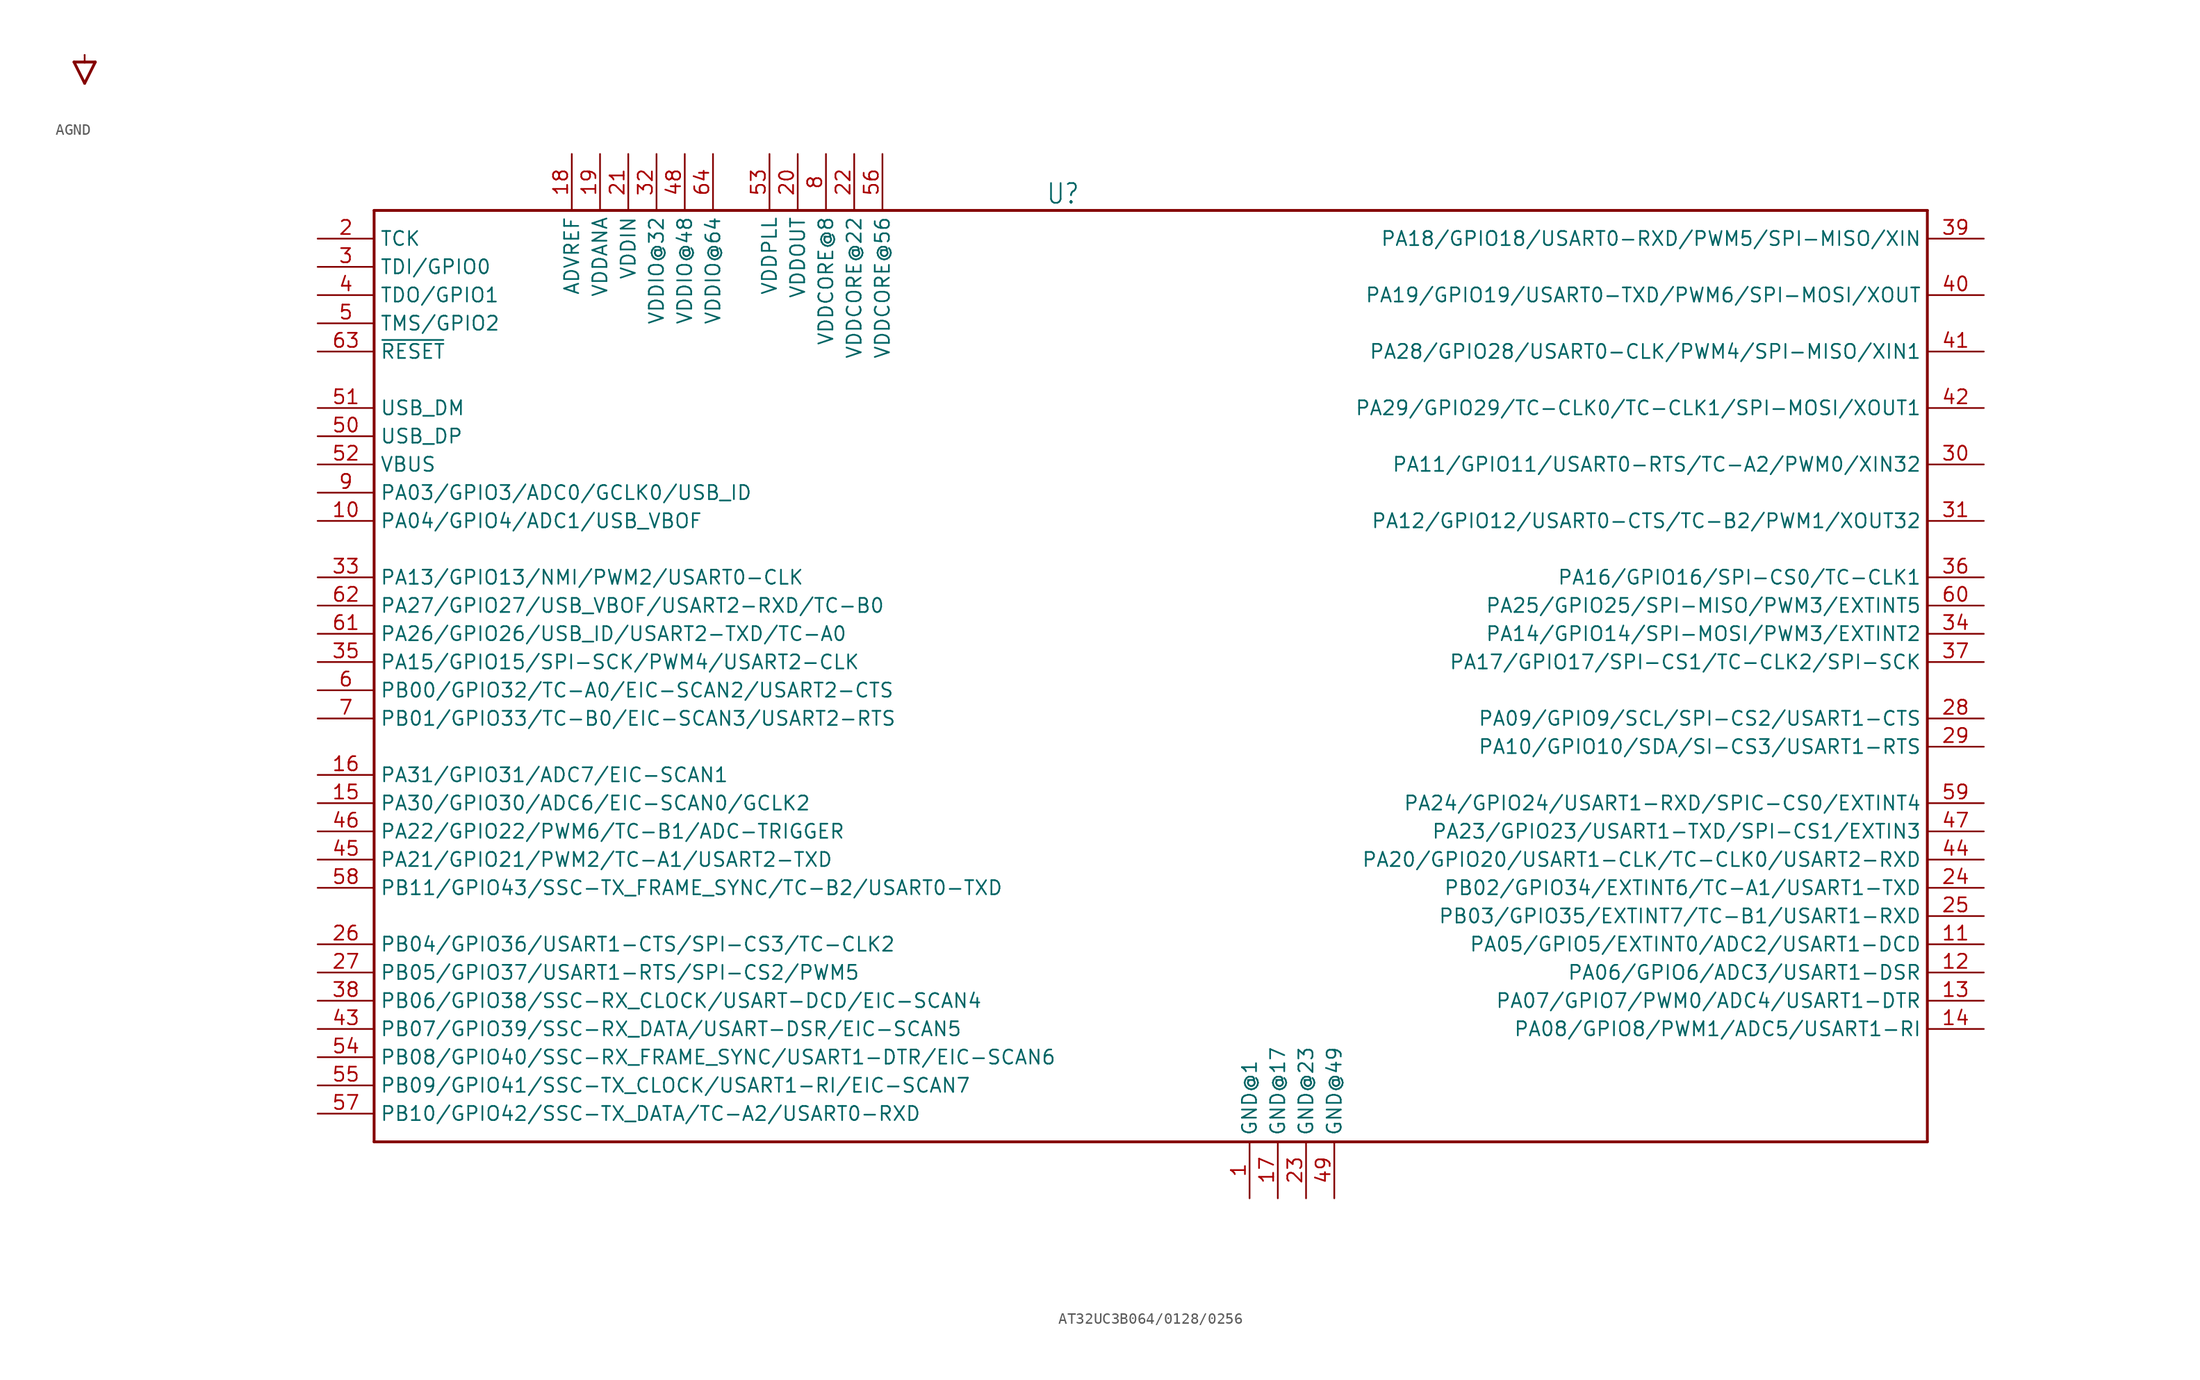
<source format=kicad_sym>
(kicad_symbol_lib
  (version 20231120)
  (generator "kicad_symbol_editor")
  (generator_version "8.0")
  (symbol "AGND"
    (power)
    (property "Reference" "#AGND"
      (at 0 0 0)
      (effects (font (size 1.27 1.27)) (hide yes)))
    (property "Value" ""
      (at -3.175 -2.54 0)
      (effects (font (size 1.778 1.511)) (justify left bottom)))
    (property "ki_locked" ""
      (at 0 0 0)
      (effects (font (size 1.27 1.27))))
    (symbol "AGND_1_0"
      (polyline (pts (xy -0.953 1.905) (xy 0 0)) (stroke (width 0.254) (type solid)) (fill (type none)))
      (polyline (pts (xy 0 0) (xy 0.953 1.905)) (stroke (width 0.254) (type solid)) (fill (type none)))
      (polyline (pts (xy 0 1.905) (xy -0.953 1.905)) (stroke (width 0.254) (type solid)) (fill (type none)))
      (polyline (pts (xy 0 2.54) (xy 0 1.905)) (stroke (width 0.152) (type solid)) (fill (type none)))
      (polyline (pts (xy 0.953 1.905) (xy 0 1.905)) (stroke (width 0.254) (type solid)) (fill (type none)))
      (pin power_in line (at 0 2.54 270) (length 0) (name "AGND" (effects (font (size 0 0)))) (number "1" (effects (font (size 0 0)))))))
  (symbol "AT32UC3B064/0128/0256"
    (property "Reference" "U"
      (at -2.54 55.88 0)
      (effects (font (size 1.778 1.511)) (justify right top)))
    (property "Value" ""
      (at -10.16 -33.02 0)
      (effects (font (size 1.778 1.511)) (justify left bottom)))
    (property "ki_locked" ""
      (at 0 0 0)
      (effects (font (size 1.27 1.27))))
    (symbol "AT32UC3B064/0128/0256_1_0"
      (polyline (pts (xy -66.04 -30.48) (xy -66.04 53.34)) (stroke (width 0.254) (type solid)) (fill (type none)))
      (polyline (pts (xy -66.04 53.34) (xy 73.66 53.34)) (stroke (width 0.254) (type solid)) (fill (type none)))
      (polyline (pts (xy 73.66 -30.48) (xy -66.04 -30.48)) (stroke (width 0.254) (type solid)) (fill (type none)))
      (polyline (pts (xy 73.66 53.34) (xy 73.66 -30.48)) (stroke (width 0.254) (type solid)) (fill (type none)))
      (pin power_in line (at 12.7 -35.56 90) (length 5.08) (name "GND@1" (effects (font (size 1.27 1.27)))) (number "1" (effects (font (size 1.27 1.27)))))
      (pin bidirectional line (at -71.12 25.4 0) (length 5.08) (name "PA04/GPIO4/ADC1/USB_VBOF" (effects (font (size 1.27 1.27)))) (number "10" (effects (font (size 1.27 1.27)))))
      (pin bidirectional line (at 78.74 -12.7 180) (length 5.08) (name "PA05/GPIO5/EXTINT0/ADC2/USART1-DCD" (effects (font (size 1.27 1.27)))) (number "11" (effects (font (size 1.27 1.27)))))
      (pin input line (at 78.74 -15.24 180) (length 5.08) (name "PA06/GPIO6/ADC3/USART1-DSR" (effects (font (size 1.27 1.27)))) (number "12" (effects (font (size 1.27 1.27)))))
      (pin input line (at 78.74 -17.78 180) (length 5.08) (name "PA07/GPIO7/PWM0/ADC4/USART1-DTR" (effects (font (size 1.27 1.27)))) (number "13" (effects (font (size 1.27 1.27)))))
      (pin input line (at 78.74 -20.32 180) (length 5.08) (name "PA08/GPIO8/PWM1/ADC5/USART1-RI" (effects (font (size 1.27 1.27)))) (number "14" (effects (font (size 1.27 1.27)))))
      (pin input line (at -71.12 0 0) (length 5.08) (name "PA30/GPIO30/ADC6/EIC-SCAN0/GCLK2" (effects (font (size 1.27 1.27)))) (number "15" (effects (font (size 1.27 1.27)))))
      (pin bidirectional line (at -71.12 2.54 0) (length 5.08) (name "PA31/GPIO31/ADC7/EIC-SCAN1" (effects (font (size 1.27 1.27)))) (number "16" (effects (font (size 1.27 1.27)))))
      (pin power_in line (at 15.24 -35.56 90) (length 5.08) (name "GND@17" (effects (font (size 1.27 1.27)))) (number "17" (effects (font (size 1.27 1.27)))))
      (pin power_in line (at -48.26 58.42 270) (length 5.08) (name "ADVREF" (effects (font (size 1.27 1.27)))) (number "18" (effects (font (size 1.27 1.27)))))
      (pin power_in line (at -45.72 58.42 270) (length 5.08) (name "VDDANA" (effects (font (size 1.27 1.27)))) (number "19" (effects (font (size 1.27 1.27)))))
      (pin input line (at -71.12 50.8 0) (length 5.08) (name "TCK" (effects (font (size 1.27 1.27)))) (number "2" (effects (font (size 1.27 1.27)))))
      (pin power_in line (at -27.94 58.42 270) (length 5.08) (name "VDDOUT" (effects (font (size 1.27 1.27)))) (number "20" (effects (font (size 1.27 1.27)))))
      (pin power_in line (at -43.18 58.42 270) (length 5.08) (name "VDDIN" (effects (font (size 1.27 1.27)))) (number "21" (effects (font (size 1.27 1.27)))))
      (pin power_in line (at -22.86 58.42 270) (length 5.08) (name "VDDCORE@22" (effects (font (size 1.27 1.27)))) (number "22" (effects (font (size 1.27 1.27)))))
      (pin power_in line (at 17.78 -35.56 90) (length 5.08) (name "GND@23" (effects (font (size 1.27 1.27)))) (number "23" (effects (font (size 1.27 1.27)))))
      (pin bidirectional line (at 78.74 -7.62 180) (length 5.08) (name "PB02/GPIO34/EXTINT6/TC-A1/USART1-TXD" (effects (font (size 1.27 1.27)))) (number "24" (effects (font (size 1.27 1.27)))))
      (pin bidirectional line (at 78.74 -10.16 180) (length 5.08) (name "PB03/GPIO35/EXTINT7/TC-B1/USART1-RXD" (effects (font (size 1.27 1.27)))) (number "25" (effects (font (size 1.27 1.27)))))
      (pin bidirectional line (at -71.12 -12.7 0) (length 5.08) (name "PB04/GPIO36/USART1-CTS/SPI-CS3/TC-CLK2" (effects (font (size 1.27 1.27)))) (number "26" (effects (font (size 1.27 1.27)))))
      (pin bidirectional line (at -71.12 -15.24 0) (length 5.08) (name "PB05/GPIO37/USART1-RTS/SPI-CS2/PWM5" (effects (font (size 1.27 1.27)))) (number "27" (effects (font (size 1.27 1.27)))))
      (pin input line (at 78.74 7.62 180) (length 5.08) (name "PA09/GPIO9/SCL/SPI-CS2/USART1-CTS" (effects (font (size 1.27 1.27)))) (number "28" (effects (font (size 1.27 1.27)))))
      (pin input line (at 78.74 5.08 180) (length 5.08) (name "PA10/GPIO10/SDA/SI-CS3/USART1-RTS" (effects (font (size 1.27 1.27)))) (number "29" (effects (font (size 1.27 1.27)))))
      (pin bidirectional line (at -71.12 48.26 0) (length 5.08) (name "TDI/GPIO0" (effects (font (size 1.27 1.27)))) (number "3" (effects (font (size 1.27 1.27)))))
      (pin bidirectional line (at 78.74 30.48 180) (length 5.08) (name "PA11/GPIO11/USART0-RTS/TC-A2/PWM0/XIN32" (effects (font (size 1.27 1.27)))) (number "30" (effects (font (size 1.27 1.27)))))
      (pin bidirectional line (at 78.74 25.4 180) (length 5.08) (name "PA12/GPIO12/USART0-CTS/TC-B2/PWM1/XOUT32" (effects (font (size 1.27 1.27)))) (number "31" (effects (font (size 1.27 1.27)))))
      (pin power_in line (at -40.64 58.42 270) (length 5.08) (name "VDDIO@32" (effects (font (size 1.27 1.27)))) (number "32" (effects (font (size 1.27 1.27)))))
      (pin bidirectional line (at -71.12 20.32 0) (length 5.08) (name "PA13/GPIO13/NMI/PWM2/USART0-CLK" (effects (font (size 1.27 1.27)))) (number "33" (effects (font (size 1.27 1.27)))))
      (pin bidirectional line (at 78.74 15.24 180) (length 5.08) (name "PA14/GPIO14/SPI-MOSI/PWM3/EXTINT2" (effects (font (size 1.27 1.27)))) (number "34" (effects (font (size 1.27 1.27)))))
      (pin bidirectional line (at -71.12 12.7 0) (length 5.08) (name "PA15/GPIO15/SPI-SCK/PWM4/USART2-CLK" (effects (font (size 1.27 1.27)))) (number "35" (effects (font (size 1.27 1.27)))))
      (pin bidirectional line (at 78.74 20.32 180) (length 5.08) (name "PA16/GPIO16/SPI-CS0/TC-CLK1" (effects (font (size 1.27 1.27)))) (number "36" (effects (font (size 1.27 1.27)))))
      (pin bidirectional line (at 78.74 12.7 180) (length 5.08) (name "PA17/GPIO17/SPI-CS1/TC-CLK2/SPI-SCK" (effects (font (size 1.27 1.27)))) (number "37" (effects (font (size 1.27 1.27)))))
      (pin bidirectional line (at -71.12 -17.78 0) (length 5.08) (name "PB06/GPIO38/SSC-RX_CLOCK/USART-DCD/EIC-SCAN4" (effects (font (size 1.27 1.27)))) (number "38" (effects (font (size 1.27 1.27)))))
      (pin bidirectional line (at 78.74 50.8 180) (length 5.08) (name "PA18/GPIO18/USART0-RXD/PWM5/SPI-MISO/XIN" (effects (font (size 1.27 1.27)))) (number "39" (effects (font (size 1.27 1.27)))))
      (pin bidirectional line (at -71.12 45.72 0) (length 5.08) (name "TDO/GPIO1" (effects (font (size 1.27 1.27)))) (number "4" (effects (font (size 1.27 1.27)))))
      (pin bidirectional line (at 78.74 45.72 180) (length 5.08) (name "PA19/GPIO19/USART0-TXD/PWM6/SPI-MOSI/XOUT" (effects (font (size 1.27 1.27)))) (number "40" (effects (font (size 1.27 1.27)))))
      (pin bidirectional line (at 78.74 40.64 180) (length 5.08) (name "PA28/GPIO28/USART0-CLK/PWM4/SPI-MISO/XIN1" (effects (font (size 1.27 1.27)))) (number "41" (effects (font (size 1.27 1.27)))))
      (pin bidirectional line (at 78.74 35.56 180) (length 5.08) (name "PA29/GPIO29/TC-CLK0/TC-CLK1/SPI-MOSI/XOUT1" (effects (font (size 1.27 1.27)))) (number "42" (effects (font (size 1.27 1.27)))))
      (pin bidirectional line (at -71.12 -20.32 0) (length 5.08) (name "PB07/GPIO39/SSC-RX_DATA/USART-DSR/EIC-SCAN5" (effects (font (size 1.27 1.27)))) (number "43" (effects (font (size 1.27 1.27)))))
      (pin bidirectional line (at 78.74 -5.08 180) (length 5.08) (name "PA20/GPIO20/USART1-CLK/TC-CLK0/USART2-RXD" (effects (font (size 1.27 1.27)))) (number "44" (effects (font (size 1.27 1.27)))))
      (pin bidirectional line (at -71.12 -5.08 0) (length 5.08) (name "PA21/GPIO21/PWM2/TC-A1/USART2-TXD" (effects (font (size 1.27 1.27)))) (number "45" (effects (font (size 1.27 1.27)))))
      (pin bidirectional line (at -71.12 -2.54 0) (length 5.08) (name "PA22/GPIO22/PWM6/TC-B1/ADC-TRIGGER" (effects (font (size 1.27 1.27)))) (number "46" (effects (font (size 1.27 1.27)))))
      (pin bidirectional line (at 78.74 -2.54 180) (length 5.08) (name "PA23/GPIO23/USART1-TXD/SPI-CS1/EXTIN3" (effects (font (size 1.27 1.27)))) (number "47" (effects (font (size 1.27 1.27)))))
      (pin power_in line (at -38.1 58.42 270) (length 5.08) (name "VDDIO@48" (effects (font (size 1.27 1.27)))) (number "48" (effects (font (size 1.27 1.27)))))
      (pin power_in line (at 20.32 -35.56 90) (length 5.08) (name "GND@49" (effects (font (size 1.27 1.27)))) (number "49" (effects (font (size 1.27 1.27)))))
      (pin bidirectional line (at -71.12 43.18 0) (length 5.08) (name "TMS/GPIO2" (effects (font (size 1.27 1.27)))) (number "5" (effects (font (size 1.27 1.27)))))
      (pin bidirectional line (at -71.12 33.02 0) (length 5.08) (name "USB_DP" (effects (font (size 1.27 1.27)))) (number "50" (effects (font (size 1.27 1.27)))))
      (pin bidirectional line (at -71.12 35.56 0) (length 5.08) (name "USB_DM" (effects (font (size 1.27 1.27)))) (number "51" (effects (font (size 1.27 1.27)))))
      (pin input line (at -71.12 30.48 0) (length 5.08) (name "VBUS" (effects (font (size 1.27 1.27)))) (number "52" (effects (font (size 1.27 1.27)))))
      (pin power_in line (at -30.48 58.42 270) (length 5.08) (name "VDDPLL" (effects (font (size 1.27 1.27)))) (number "53" (effects (font (size 1.27 1.27)))))
      (pin bidirectional line (at -71.12 -22.86 0) (length 5.08) (name "PB08/GPIO40/SSC-RX_FRAME_SYNC/USART1-DTR/EIC-SCAN6" (effects (font (size 1.27 1.27)))) (number "54" (effects (font (size 1.27 1.27)))))
      (pin bidirectional line (at -71.12 -25.4 0) (length 5.08) (name "PB09/GPIO41/SSC-TX_CLOCK/USART1-RI/EIC-SCAN7" (effects (font (size 1.27 1.27)))) (number "55" (effects (font (size 1.27 1.27)))))
      (pin power_in line (at -20.32 58.42 270) (length 5.08) (name "VDDCORE@56" (effects (font (size 1.27 1.27)))) (number "56" (effects (font (size 1.27 1.27)))))
      (pin bidirectional line (at -71.12 -27.94 0) (length 5.08) (name "PB10/GPIO42/SSC-TX_DATA/TC-A2/USART0-RXD" (effects (font (size 1.27 1.27)))) (number "57" (effects (font (size 1.27 1.27)))))
      (pin bidirectional line (at -71.12 -7.62 0) (length 5.08) (name "PB11/GPIO43/SSC-TX_FRAME_SYNC/TC-B2/USART0-TXD" (effects (font (size 1.27 1.27)))) (number "58" (effects (font (size 1.27 1.27)))))
      (pin bidirectional line (at 78.74 0 180) (length 5.08) (name "PA24/GPIO24/USART1-RXD/SPIC-CS0/EXTINT4" (effects (font (size 1.27 1.27)))) (number "59" (effects (font (size 1.27 1.27)))))
      (pin bidirectional line (at -71.12 10.16 0) (length 5.08) (name "PB00/GPIO32/TC-A0/EIC-SCAN2/USART2-CTS" (effects (font (size 1.27 1.27)))) (number "6" (effects (font (size 1.27 1.27)))))
      (pin bidirectional line (at 78.74 17.78 180) (length 5.08) (name "PA25/GPIO25/SPI-MISO/PWM3/EXTINT5" (effects (font (size 1.27 1.27)))) (number "60" (effects (font (size 1.27 1.27)))))
      (pin bidirectional line (at -71.12 15.24 0) (length 5.08) (name "PA26/GPIO26/USB_ID/USART2-TXD/TC-A0" (effects (font (size 1.27 1.27)))) (number "61" (effects (font (size 1.27 1.27)))))
      (pin bidirectional line (at -71.12 17.78 0) (length 5.08) (name "PA27/GPIO27/USB_VBOF/USART2-RXD/TC-B0" (effects (font (size 1.27 1.27)))) (number "62" (effects (font (size 1.27 1.27)))))
      (pin bidirectional line (at -71.12 40.64 0) (length 5.08) (name "~{RESET}" (effects (font (size 1.27 1.27)))) (number "63" (effects (font (size 1.27 1.27)))))
      (pin power_in line (at -35.56 58.42 270) (length 5.08) (name "VDDIO@64" (effects (font (size 1.27 1.27)))) (number "64" (effects (font (size 1.27 1.27)))))
      (pin bidirectional line (at -71.12 7.62 0) (length 5.08) (name "PB01/GPIO33/TC-B0/EIC-SCAN3/USART2-RTS" (effects (font (size 1.27 1.27)))) (number "7" (effects (font (size 1.27 1.27)))))
      (pin power_in line (at -25.4 58.42 270) (length 5.08) (name "VDDCORE@8" (effects (font (size 1.27 1.27)))) (number "8" (effects (font (size 1.27 1.27)))))
      (pin bidirectional line (at -71.12 27.94 0) (length 5.08) (name "PA03/GPIO3/ADC0/GCLK0/USB_ID" (effects (font (size 1.27 1.27)))) (number "9" (effects (font (size 1.27 1.27))))))))
</source>
